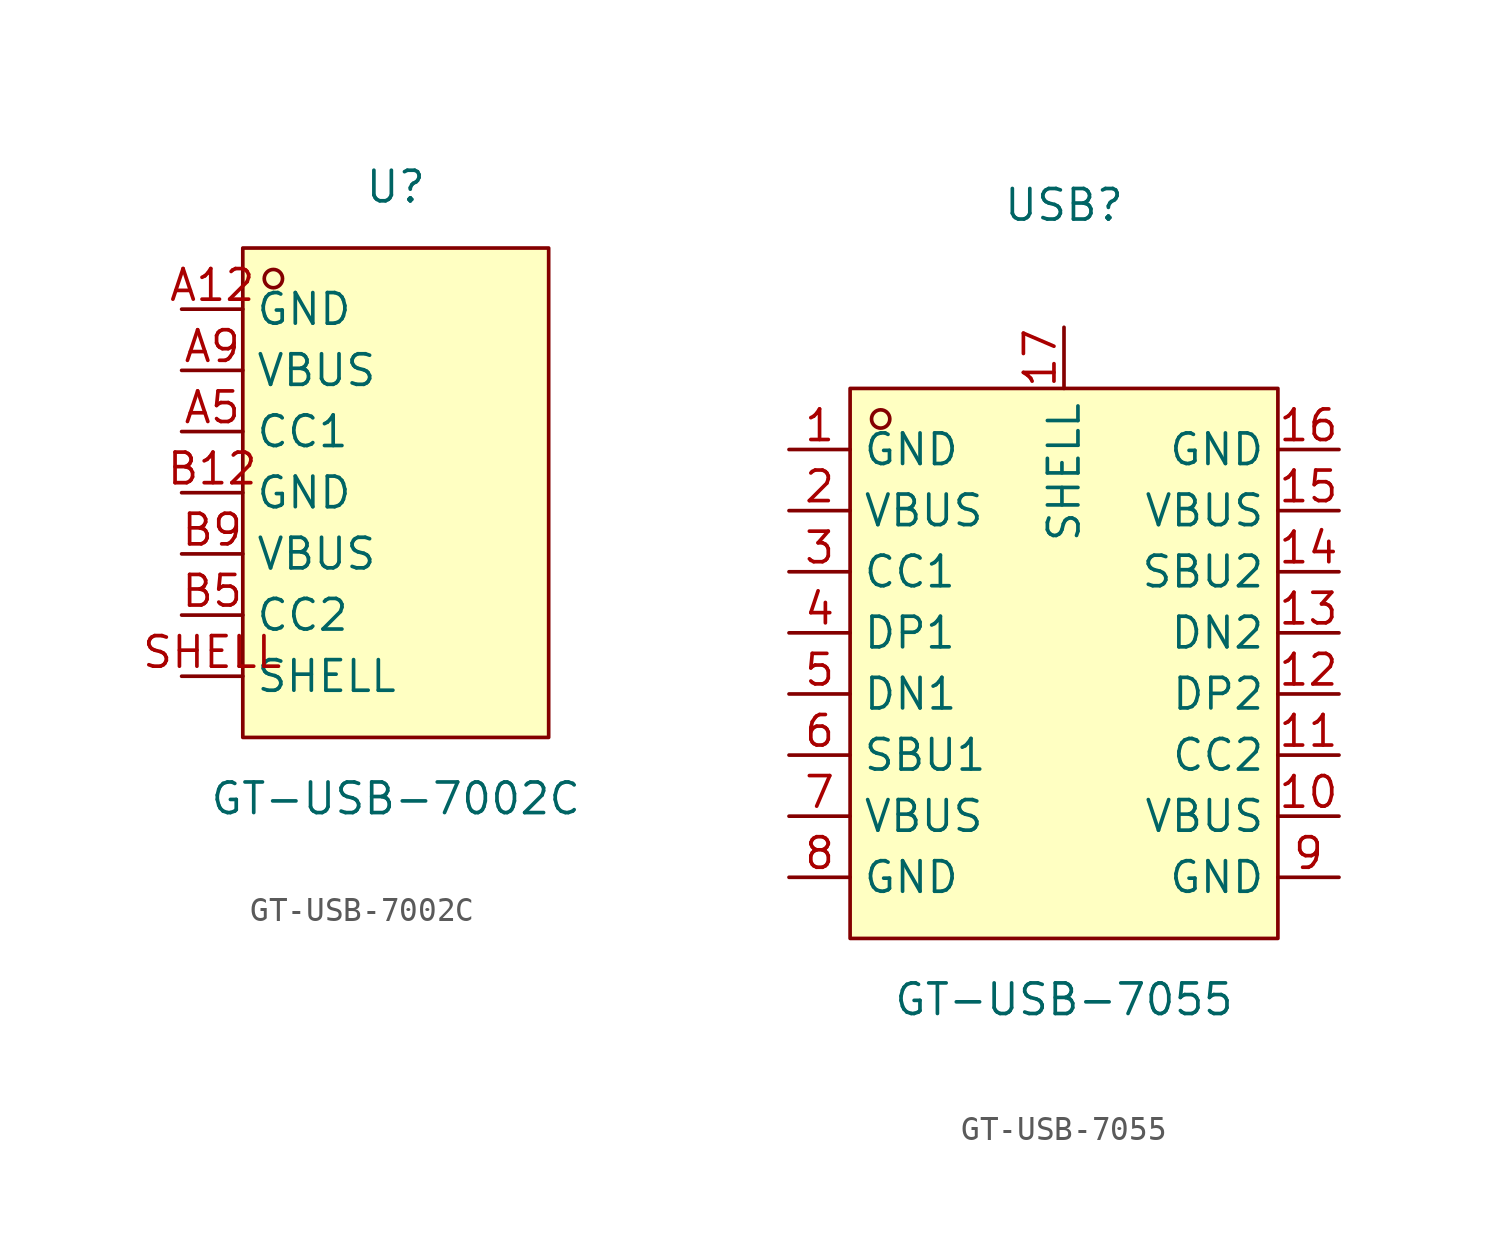
<source format=kicad_sym>
(kicad_symbol_lib
  (version 20211014)
  (generator https://github.com/uPesy/easyeda2kicad.py)
  (symbol "GT-USB-7002C"
    (property "Reference" "U"
      (at 0 12.70 0)
      (effects (font (size 1.27 1.27))))
    (property "Value" "GT-USB-7002C"
      (at 0 -12.70 0)
      (effects (font (size 1.27 1.27))))
    (symbol "GT-USB-7002C_0_1"
      (rectangle (start -6.35 10.16) (end 6.35 -10.16) (stroke (width 0) (type default) (color 0 0 0 0)) (fill (type background)))
      (circle (center -5.08 8.89) (radius 0.38) (stroke (width 0) (type default) (color 0 0 0 0)) (fill (type none)))
      (pin unspecified line (at -8.89 7.62 0) (length 2.54) (name "GND" (effects (font (size 1.27 1.27)))) (number "A12" (effects (font (size 1.27 1.27)))))
      (pin unspecified line (at -8.89 5.08 0) (length 2.54) (name "VBUS" (effects (font (size 1.27 1.27)))) (number "A9" (effects (font (size 1.27 1.27)))))
      (pin unspecified line (at -8.89 2.54 0) (length 2.54) (name "CC1" (effects (font (size 1.27 1.27)))) (number "A5" (effects (font (size 1.27 1.27)))))
      (pin unspecified line (at -8.89 -0.00 0) (length 2.54) (name "GND" (effects (font (size 1.27 1.27)))) (number "B12" (effects (font (size 1.27 1.27)))))
      (pin unspecified line (at -8.89 -2.54 0) (length 2.54) (name "VBUS" (effects (font (size 1.27 1.27)))) (number "B9" (effects (font (size 1.27 1.27)))))
      (pin unspecified line (at -8.89 -5.08 0) (length 2.54) (name "CC2" (effects (font (size 1.27 1.27)))) (number "B5" (effects (font (size 1.27 1.27)))))
      (pin unspecified line (at -8.89 -7.62 0) (length 2.54) (name "SHELL" (effects (font (size 1.27 1.27)))) (number "SHELL" (effects (font (size 1.27 1.27)))))))
  (symbol "GT-USB-7055"
    (property "Reference" "USB"
      (at 0 19.05 0)
      (effects (font (size 1.27 1.27))))
    (property "Value" "GT-USB-7055"
      (at 0 -13.97 0)
      (effects (font (size 1.27 1.27))))
    (symbol "GT-USB-7055_0_1"
      (rectangle (start -8.89 11.43) (end 8.89 -11.43) (stroke (width 0) (type default) (color 0 0 0 0)) (fill (type background)))
      (circle (center -7.62 10.16) (radius 0.38) (stroke (width 0) (type default) (color 0 0 0 0)) (fill (type none)))
      (pin unspecified line (at -11.43 8.89 0) (length 2.54) (name "GND" (effects (font (size 1.27 1.27)))) (number "1" (effects (font (size 1.27 1.27)))))
      (pin unspecified line (at -11.43 6.35 0) (length 2.54) (name "VBUS" (effects (font (size 1.27 1.27)))) (number "2" (effects (font (size 1.27 1.27)))))
      (pin unspecified line (at -11.43 3.81 0) (length 2.54) (name "CC1" (effects (font (size 1.27 1.27)))) (number "3" (effects (font (size 1.27 1.27)))))
      (pin unspecified line (at -11.43 1.27 0) (length 2.54) (name "DP1" (effects (font (size 1.27 1.27)))) (number "4" (effects (font (size 1.27 1.27)))))
      (pin unspecified line (at -11.43 -1.27 0) (length 2.54) (name "DN1" (effects (font (size 1.27 1.27)))) (number "5" (effects (font (size 1.27 1.27)))))
      (pin unspecified line (at -11.43 -3.81 0) (length 2.54) (name "SBU1" (effects (font (size 1.27 1.27)))) (number "6" (effects (font (size 1.27 1.27)))))
      (pin unspecified line (at -11.43 -6.35 0) (length 2.54) (name "VBUS" (effects (font (size 1.27 1.27)))) (number "7" (effects (font (size 1.27 1.27)))))
      (pin unspecified line (at -11.43 -8.89 0) (length 2.54) (name "GND" (effects (font (size 1.27 1.27)))) (number "8" (effects (font (size 1.27 1.27)))))
      (pin unspecified line (at 11.43 -8.89 180) (length 2.54) (name "GND" (effects (font (size 1.27 1.27)))) (number "9" (effects (font (size 1.27 1.27)))))
      (pin unspecified line (at 11.43 -6.35 180) (length 2.54) (name "VBUS" (effects (font (size 1.27 1.27)))) (number "10" (effects (font (size 1.27 1.27)))))
      (pin unspecified line (at 11.43 -3.81 180) (length 2.54) (name "CC2" (effects (font (size 1.27 1.27)))) (number "11" (effects (font (size 1.27 1.27)))))
      (pin unspecified line (at 11.43 -1.27 180) (length 2.54) (name "DP2" (effects (font (size 1.27 1.27)))) (number "12" (effects (font (size 1.27 1.27)))))
      (pin unspecified line (at 11.43 1.27 180) (length 2.54) (name "DN2" (effects (font (size 1.27 1.27)))) (number "13" (effects (font (size 1.27 1.27)))))
      (pin unspecified line (at 11.43 3.81 180) (length 2.54) (name "SBU2" (effects (font (size 1.27 1.27)))) (number "14" (effects (font (size 1.27 1.27)))))
      (pin unspecified line (at 11.43 6.35 180) (length 2.54) (name "VBUS" (effects (font (size 1.27 1.27)))) (number "15" (effects (font (size 1.27 1.27)))))
      (pin unspecified line (at 11.43 8.89 180) (length 2.54) (name "GND" (effects (font (size 1.27 1.27)))) (number "16" (effects (font (size 1.27 1.27)))))
      (pin unspecified line (at 0.00 13.97 270) (length 2.54) (name "SHELL" (effects (font (size 1.27 1.27)))) (number "17" (effects (font (size 1.27 1.27))))))))
</source>
